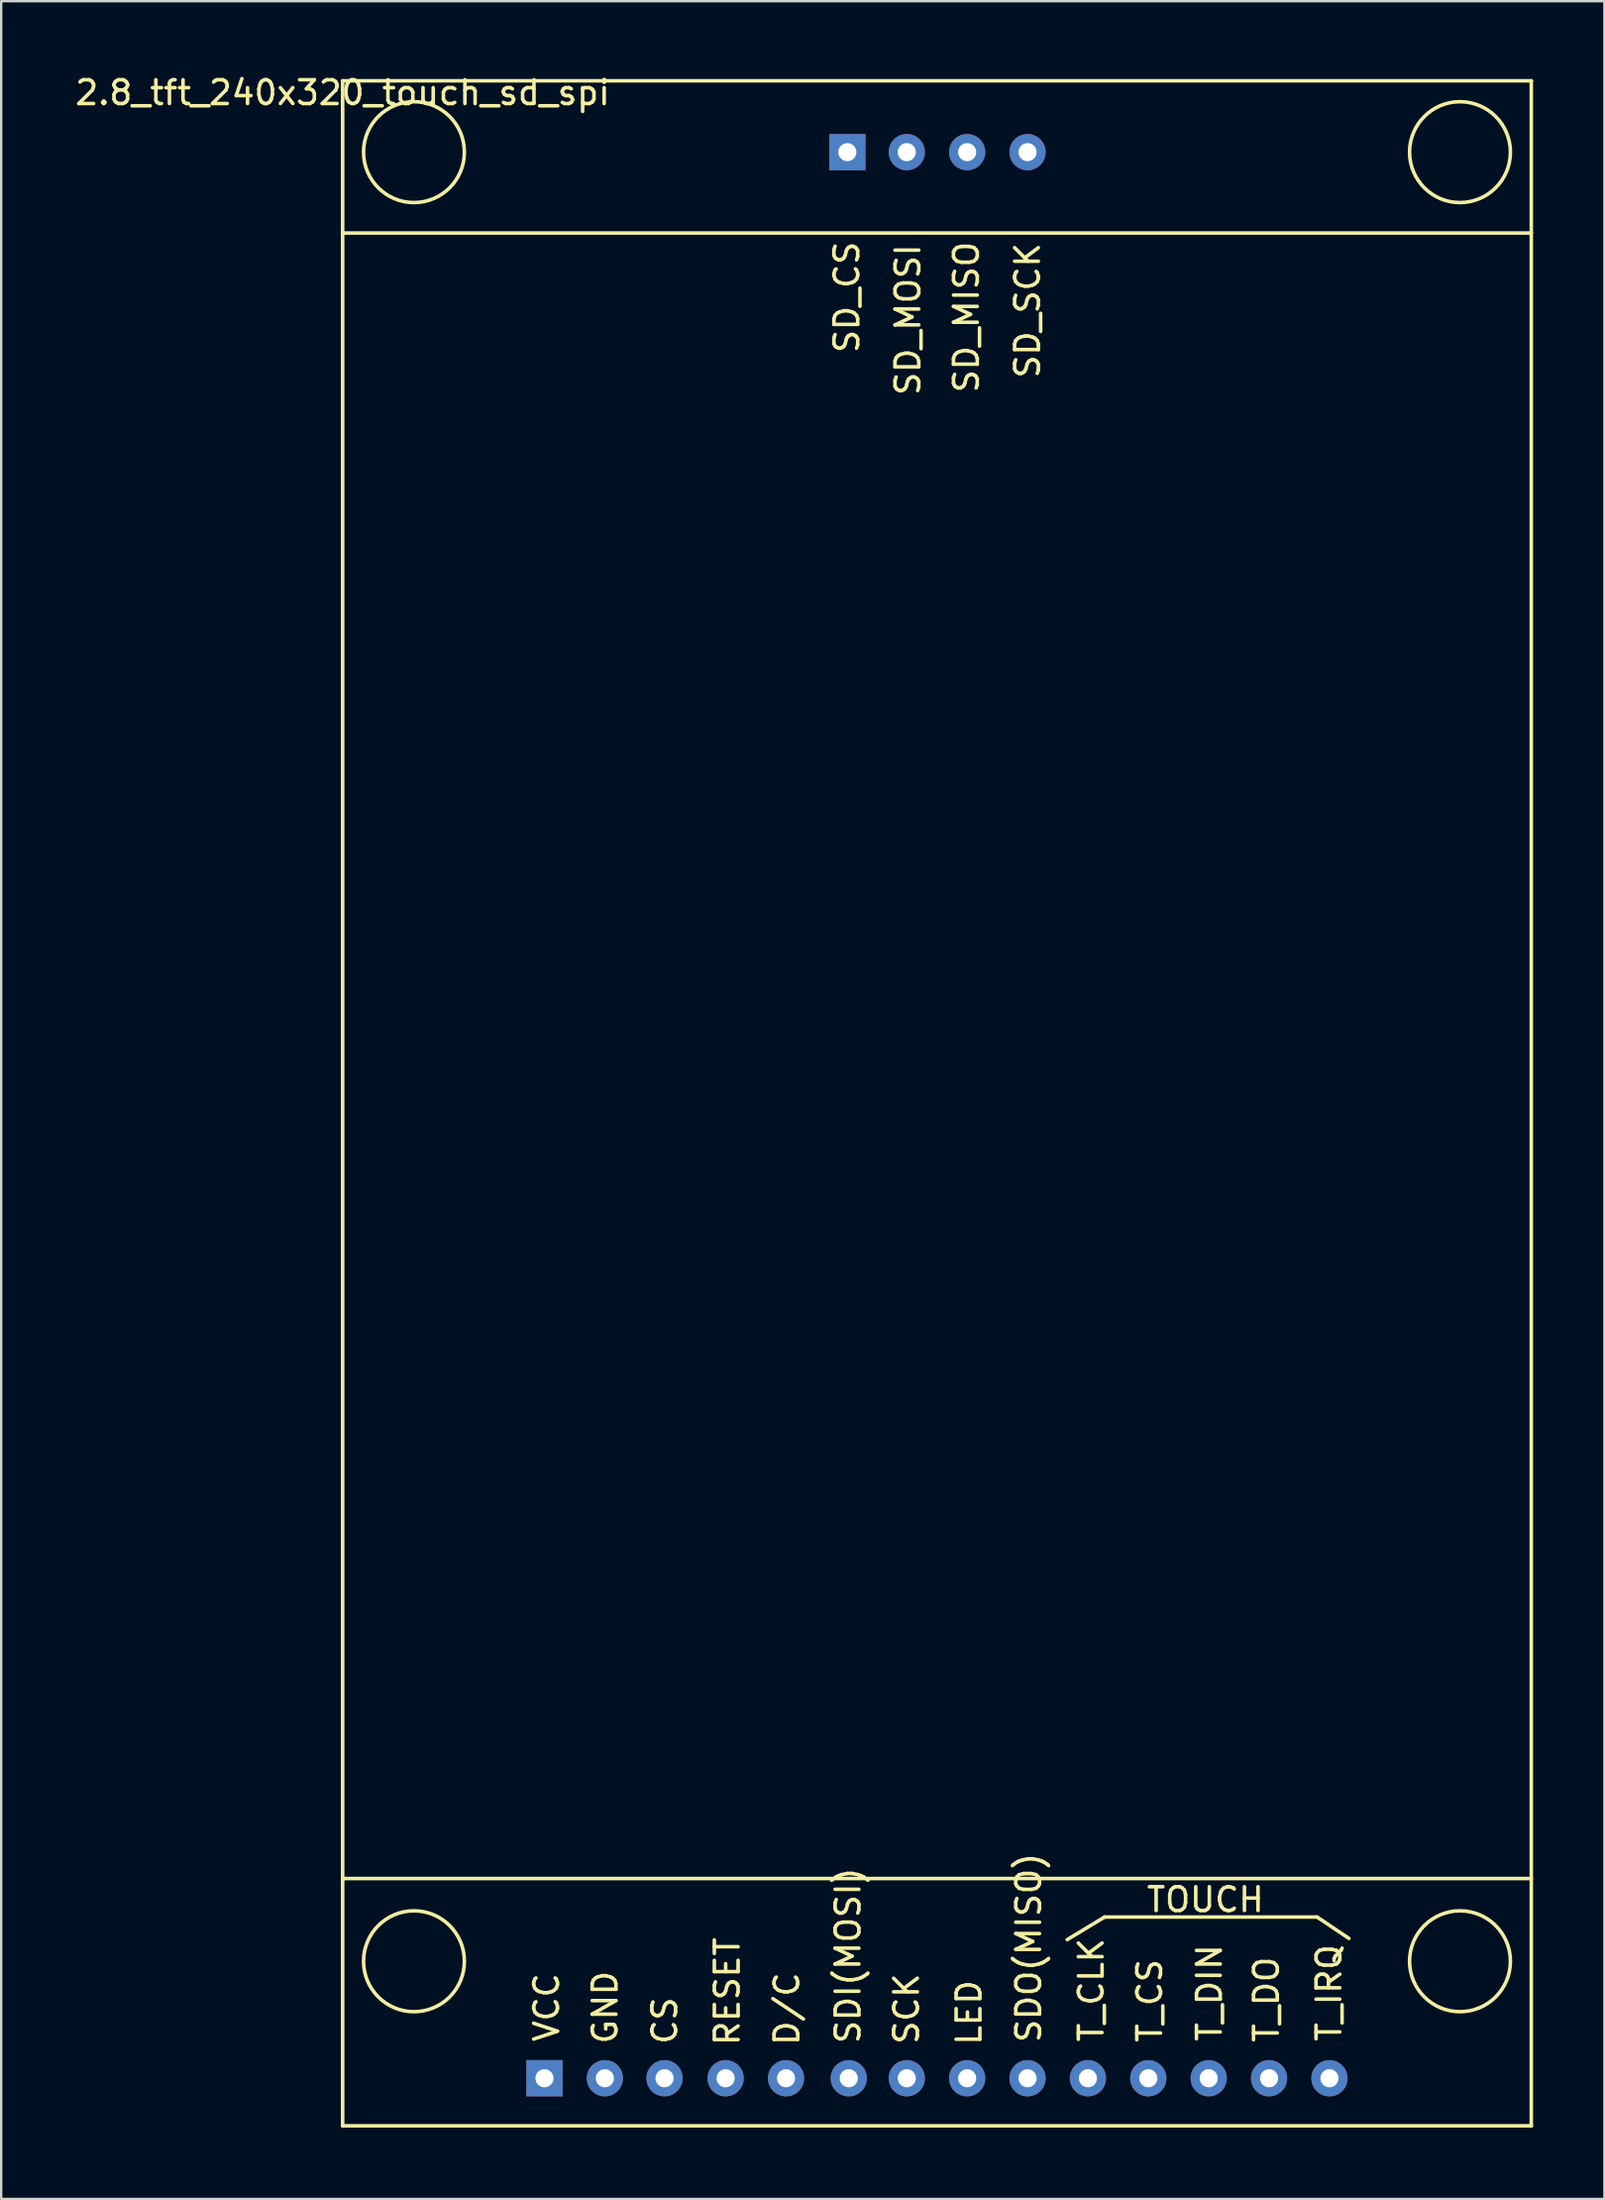
<source format=kicad_pcb>
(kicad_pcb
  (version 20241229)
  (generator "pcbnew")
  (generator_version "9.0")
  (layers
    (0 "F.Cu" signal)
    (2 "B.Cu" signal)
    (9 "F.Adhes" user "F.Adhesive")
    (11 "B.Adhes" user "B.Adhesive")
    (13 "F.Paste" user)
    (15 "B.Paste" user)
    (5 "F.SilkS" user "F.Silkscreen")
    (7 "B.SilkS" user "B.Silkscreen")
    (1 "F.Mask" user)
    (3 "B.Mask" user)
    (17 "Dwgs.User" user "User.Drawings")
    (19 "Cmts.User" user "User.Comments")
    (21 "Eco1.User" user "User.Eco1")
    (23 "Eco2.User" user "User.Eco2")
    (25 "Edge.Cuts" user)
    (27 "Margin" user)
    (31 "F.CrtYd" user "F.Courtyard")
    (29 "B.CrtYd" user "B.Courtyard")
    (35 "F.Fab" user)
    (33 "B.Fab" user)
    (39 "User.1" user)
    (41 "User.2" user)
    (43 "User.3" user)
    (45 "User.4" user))
  (footprint "2.8_tft_240x320_touch_sd_spi"
    (layer "F.Cu")
    (at 11.363 0.348)
    (property "Reference" "2.8_tft_240x320_touch_sd_spi" (at 0 0.5 0) (layer "F.SilkS") (effects (font (size 1 1) (thickness 0.15))))
    (attr through_hole)
    (fp_line (start 0 0) (end 50 0) (stroke (width 0.15) (type solid)) (layer "F.SilkS"))
    (fp_line (start 0 6.4) (end 50 6.4) (stroke (width 0.15) (type solid)) (layer "F.SilkS"))
    (fp_line (start 0 75.6) (end 50 75.6) (stroke (width 0.15) (type solid)) (layer "F.SilkS"))
    (fp_line (start 0 86) (end 0 0) (stroke (width 0.15) (type solid)) (layer "F.SilkS"))
    (fp_line (start 30.48 78.17) (end 32.05 77.22) (stroke (width 0.15) (type solid)) (layer "F.SilkS"))
    (fp_line (start 32.05 77.22) (end 40.99 77.22) (stroke (width 0.15) (type solid)) (layer "F.SilkS"))
    (fp_line (start 40.99 77.22) (end 42.33 78.12) (stroke (width 0.15) (type solid)) (layer "F.SilkS"))
    (fp_line (start 50 0) (end 50 86) (stroke (width 0.15) (type solid)) (layer "F.SilkS"))
    (fp_line (start 50 86) (end 0 86) (stroke (width 0.15) (type solid)) (layer "F.SilkS"))
    (fp_circle (center 3 3) (end 4.5 4.5) (stroke (width 0.15) (type solid)) (fill no) (layer "F.SilkS"))
    (fp_circle (center 3 79.08) (end 4.5 80.58) (stroke (width 0.15) (type solid)) (fill no) (layer "F.SilkS"))
    (fp_circle (center 47 3) (end 48.5 4.5) (stroke (width 0.15) (type solid)) (fill no) (layer "F.SilkS"))
    (fp_circle (center 47 79.08) (end 48.5 80.58) (stroke (width 0.15) (type solid)) (fill no) (layer "F.SilkS"))
    (fp_text user "SDO(MISO)" (at 28.86 78.51 90) (layer "F.SilkS") (effects (font (size 1 1) (thickness 0.15))))
    (fp_text user "T_DO" (at 38.86 80.69 90) (layer "F.SilkS") (effects (font (size 1 1) (thickness 0.15))))
    (fp_text user "SD_CS" (at 21.21 9.1 90) (layer "F.SilkS") (effects (font (size 1 1) (thickness 0.15))))
    (fp_text user "TOUCH" (at 36.29 76.49 0) (layer "F.SilkS") (effects (font (size 1 1) (thickness 0.15))))
    (fp_text user "LED" (at 26.35 81.24 90) (layer "F.SilkS") (effects (font (size 1 1) (thickness 0.15))))
    (fp_text user "T_CLK" (at 31.49 80.29 90) (layer "F.SilkS") (effects (font (size 1 1) (thickness 0.15))))
    (fp_text user "SD_MISO" (at 26.24 9.94 90) (layer "F.SilkS") (effects (font (size 1 1) (thickness 0.15))))
    (fp_text user "D/C" (at 18.69 81.08 90) (layer "F.SilkS") (effects (font (size 1 1) (thickness 0.15))))
    (fp_text user "SD_MOSI" (at 23.78 10.05 90) (layer "F.SilkS") (effects (font (size 1 1) (thickness 0.15))))
    (fp_text user "T_IRQ" (at 41.49 80.41 90) (layer "F.SilkS") (effects (font (size 1 1) (thickness 0.15))))
    (fp_text user "GND" (at 11.04 81.02 90) (layer "F.SilkS") (effects (font (size 1 1) (thickness 0.15))))
    (fp_text user "VCC" (at 8.58 81.02 90) (layer "F.SilkS") (effects (font (size 1 1) (thickness 0.15))))
    (fp_text user "CS" (at 13.55 81.58 90) (layer "F.SilkS") (effects (font (size 1 1) (thickness 0.15))))
    (fp_text user "SD_SCK" (at 28.81 9.66 90) (layer "F.SilkS") (effects (font (size 1 1) (thickness 0.15))))
    (fp_text user "RESET" (at 16.18 80.35 90) (layer "F.SilkS") (effects (font (size 1 1) (thickness 0.15))))
    (fp_text user "T_DIN" (at 36.46 80.41 90) (layer "F.SilkS") (effects (font (size 1 1) (thickness 0.15))))
    (fp_text user "SDI(MOSI)" (at 21.26 78.84 90) (layer "F.SilkS") (effects (font (size 1 1) (thickness 0.15))))
    (fp_text user "T_CS" (at 33.95 80.74 90) (layer "F.SilkS") (effects (font (size 1 1) (thickness 0.15))))
    (fp_text user "SCK" (at 23.72 81.08 90) (layer "F.SilkS") (effects (font (size 1 1) (thickness 0.15))))
    (pad "1" thru_hole rect (at 8.49 84) (size 1.524 1.524) (drill 0.762) (layers "*.Cu" "*.Mask"))
    (pad "2" thru_hole circle (at 11.03 84) (size 1.524 1.524) (drill 0.762) (layers "*.Cu" "*.Mask"))
    (pad "3" thru_hole circle (at 13.54 84) (size 1.524 1.524) (drill 0.762) (layers "*.Cu" "*.Mask"))
    (pad "4" thru_hole circle (at 16.11 84) (size 1.524 1.524) (drill 0.762) (layers "*.Cu" "*.Mask"))
    (pad "5" thru_hole circle (at 18.65 84) (size 1.524 1.524) (drill 0.762) (layers "*.Cu" "*.Mask"))
    (pad "6" thru_hole circle (at 21.29 84) (size 1.524 1.524) (drill 0.762) (layers "*.Cu" "*.Mask"))
    (pad "7" thru_hole circle (at 23.73 84) (size 1.524 1.524) (drill 0.762) (layers "*.Cu" "*.Mask"))
    (pad "8" thru_hole circle (at 26.27 84) (size 1.524 1.524) (drill 0.762) (layers "*.Cu" "*.Mask"))
    (pad "9" thru_hole circle (at 28.81 84) (size 1.524 1.524) (drill 0.762) (layers "*.Cu" "*.Mask"))
    (pad "10" thru_hole circle (at 31.35 84) (size 1.524 1.524) (drill 0.762) (layers "*.Cu" "*.Mask"))
    (pad "11" thru_hole circle (at 33.89 84) (size 1.524 1.524) (drill 0.762) (layers "*.Cu" "*.Mask"))
    (pad "12" thru_hole circle (at 36.43 84) (size 1.524 1.524) (drill 0.762) (layers "*.Cu" "*.Mask"))
    (pad "13" thru_hole circle (at 38.97 84) (size 1.524 1.524) (drill 0.762) (layers "*.Cu" "*.Mask"))
    (pad "14" thru_hole circle (at 41.51 84) (size 1.524 1.524) (drill 0.762) (layers "*.Cu" "*.Mask"))
    (pad "15" thru_hole rect (at 21.23 3) (size 1.524 1.524) (drill 0.762) (layers "*.Cu" "*.Mask"))
    (pad "16" thru_hole circle (at 23.73 3) (size 1.524 1.524) (drill 0.762) (layers "*.Cu" "*.Mask"))
    (pad "17" thru_hole circle (at 26.27 3) (size 1.524 1.524) (drill 0.762) (layers "*.Cu" "*.Mask"))
    (pad "18" thru_hole circle (at 28.81 3) (size 1.524 1.524) (drill 0.762) (layers "*.Cu" "*.Mask")))
  (gr_rect
    (start -3 -3)
    (end 64.438 89.423)
    (stroke (width 0.1) (type default))
    (fill no)
    (layer "Edge.Cuts")))
</source>
